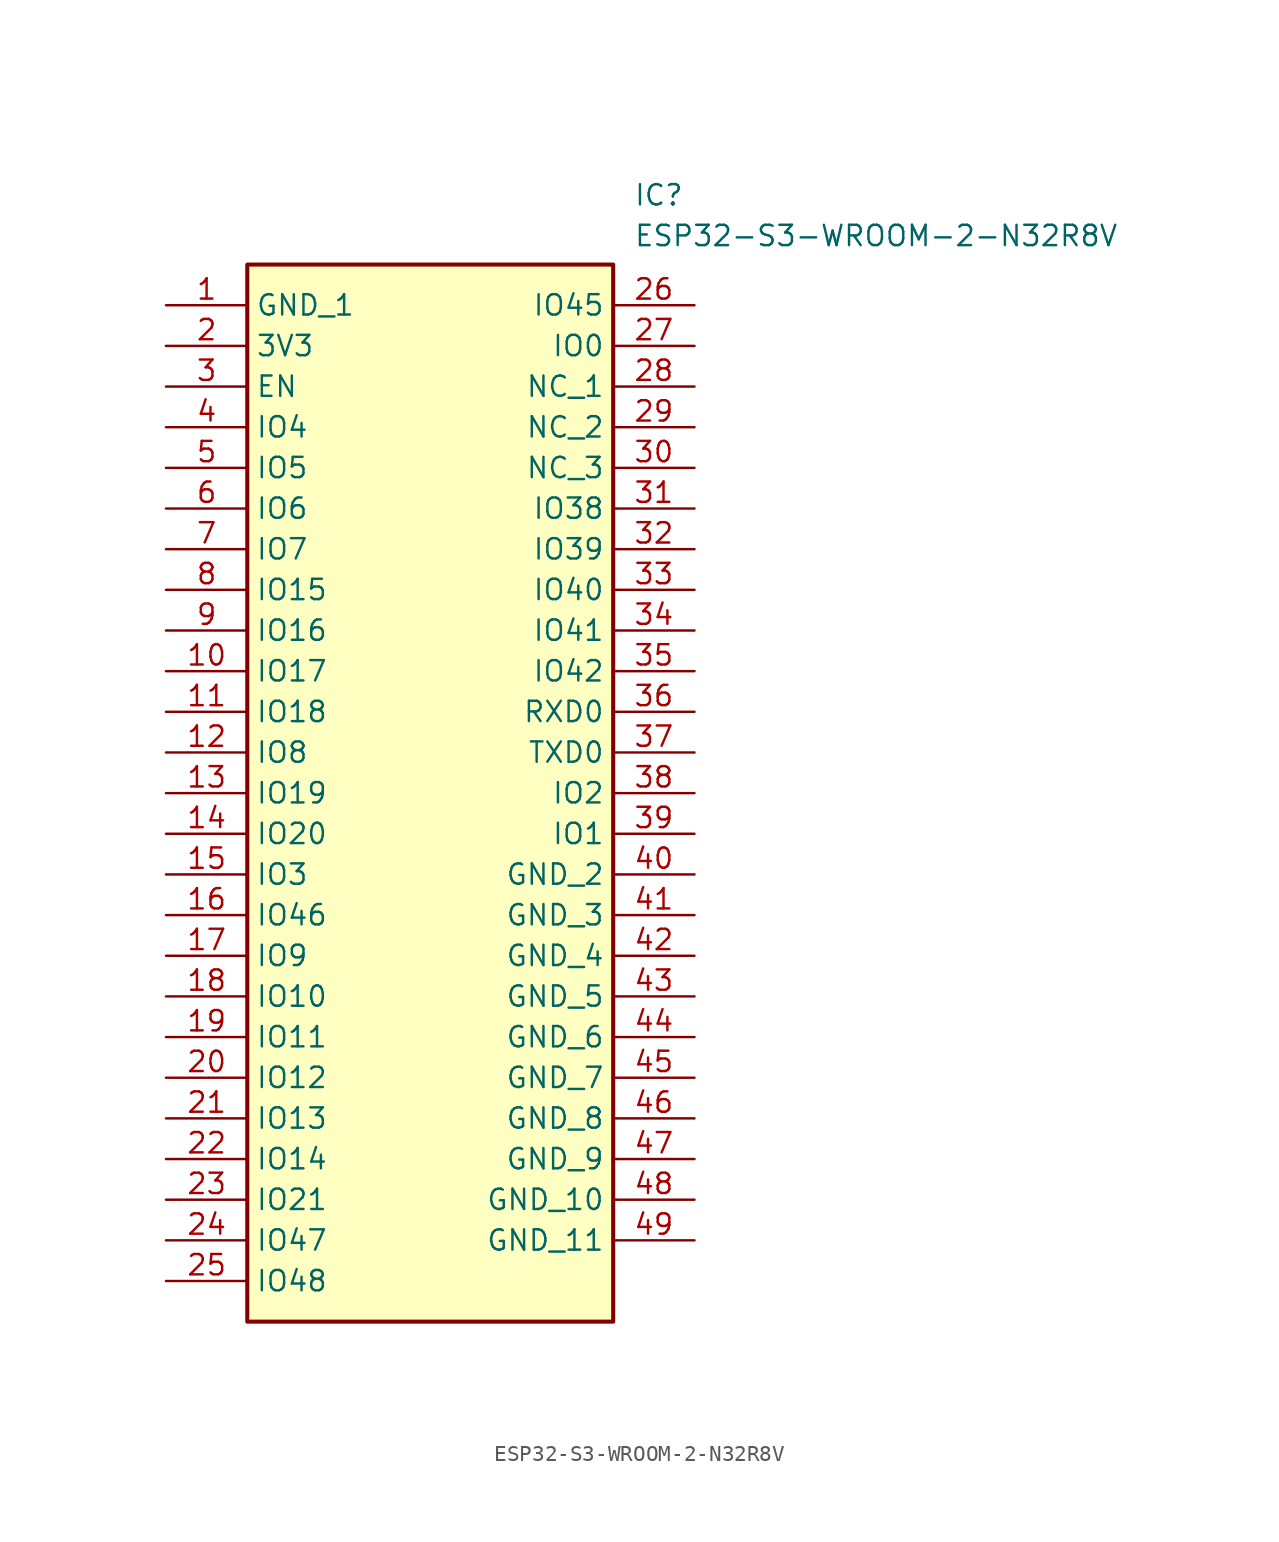
<source format=kicad_sym>
(kicad_symbol_lib
  (version 20211014)
  (generator SamacSys_ECAD_Model)
  (symbol "ESP32-S3-WROOM-2-N32R8V"
    (property "Reference" "IC"
      (at 29.21 7.62 0)
      (effects (font (size 1.27 1.27)) (justify left top)))
    (property "Value" "ESP32-S3-WROOM-2-N32R8V"
      (at 29.21 5.08 0)
      (effects (font (size 1.27 1.27)) (justify left top)))
    (rectangle
      (start 5.08 2.54)
      (end 27.94 -63.5)
      (stroke (width 0.254) (type default))
      (fill (type background)))
    (pin passive line
      (at 0 0 0)
      (length 5.08)
      (name "GND_1" (effects (font (size 1.27 1.27))))
      (number "1" (effects (font (size 1.27 1.27)))))
    (pin passive line
      (at 0 -2.54 0)
      (length 5.08)
      (name "3V3" (effects (font (size 1.27 1.27))))
      (number "2" (effects (font (size 1.27 1.27)))))
    (pin passive line
      (at 0 -5.08 0)
      (length 5.08)
      (name "EN" (effects (font (size 1.27 1.27))))
      (number "3" (effects (font (size 1.27 1.27)))))
    (pin passive line
      (at 0 -7.62 0)
      (length 5.08)
      (name "IO4" (effects (font (size 1.27 1.27))))
      (number "4" (effects (font (size 1.27 1.27)))))
    (pin passive line
      (at 0 -10.16 0)
      (length 5.08)
      (name "IO5" (effects (font (size 1.27 1.27))))
      (number "5" (effects (font (size 1.27 1.27)))))
    (pin passive line
      (at 0 -12.7 0)
      (length 5.08)
      (name "IO6" (effects (font (size 1.27 1.27))))
      (number "6" (effects (font (size 1.27 1.27)))))
    (pin passive line
      (at 0 -15.24 0)
      (length 5.08)
      (name "IO7" (effects (font (size 1.27 1.27))))
      (number "7" (effects (font (size 1.27 1.27)))))
    (pin passive line
      (at 0 -17.78 0)
      (length 5.08)
      (name "IO15" (effects (font (size 1.27 1.27))))
      (number "8" (effects (font (size 1.27 1.27)))))
    (pin passive line
      (at 0 -20.32 0)
      (length 5.08)
      (name "IO16" (effects (font (size 1.27 1.27))))
      (number "9" (effects (font (size 1.27 1.27)))))
    (pin passive line
      (at 0 -22.86 0)
      (length 5.08)
      (name "IO17" (effects (font (size 1.27 1.27))))
      (number "10" (effects (font (size 1.27 1.27)))))
    (pin passive line
      (at 0 -25.4 0)
      (length 5.08)
      (name "IO18" (effects (font (size 1.27 1.27))))
      (number "11" (effects (font (size 1.27 1.27)))))
    (pin passive line
      (at 0 -27.94 0)
      (length 5.08)
      (name "IO8" (effects (font (size 1.27 1.27))))
      (number "12" (effects (font (size 1.27 1.27)))))
    (pin passive line
      (at 0 -30.48 0)
      (length 5.08)
      (name "IO19" (effects (font (size 1.27 1.27))))
      (number "13" (effects (font (size 1.27 1.27)))))
    (pin passive line
      (at 0 -33.02 0)
      (length 5.08)
      (name "IO20" (effects (font (size 1.27 1.27))))
      (number "14" (effects (font (size 1.27 1.27)))))
    (pin passive line
      (at 0 -35.56 0)
      (length 5.08)
      (name "IO3" (effects (font (size 1.27 1.27))))
      (number "15" (effects (font (size 1.27 1.27)))))
    (pin passive line
      (at 0 -38.1 0)
      (length 5.08)
      (name "IO46" (effects (font (size 1.27 1.27))))
      (number "16" (effects (font (size 1.27 1.27)))))
    (pin passive line
      (at 0 -40.64 0)
      (length 5.08)
      (name "IO9" (effects (font (size 1.27 1.27))))
      (number "17" (effects (font (size 1.27 1.27)))))
    (pin passive line
      (at 0 -43.18 0)
      (length 5.08)
      (name "IO10" (effects (font (size 1.27 1.27))))
      (number "18" (effects (font (size 1.27 1.27)))))
    (pin passive line
      (at 0 -45.72 0)
      (length 5.08)
      (name "IO11" (effects (font (size 1.27 1.27))))
      (number "19" (effects (font (size 1.27 1.27)))))
    (pin passive line
      (at 0 -48.26 0)
      (length 5.08)
      (name "IO12" (effects (font (size 1.27 1.27))))
      (number "20" (effects (font (size 1.27 1.27)))))
    (pin passive line
      (at 0 -50.8 0)
      (length 5.08)
      (name "IO13" (effects (font (size 1.27 1.27))))
      (number "21" (effects (font (size 1.27 1.27)))))
    (pin passive line
      (at 0 -53.34 0)
      (length 5.08)
      (name "IO14" (effects (font (size 1.27 1.27))))
      (number "22" (effects (font (size 1.27 1.27)))))
    (pin passive line
      (at 0 -55.88 0)
      (length 5.08)
      (name "IO21" (effects (font (size 1.27 1.27))))
      (number "23" (effects (font (size 1.27 1.27)))))
    (pin passive line
      (at 0 -58.42 0)
      (length 5.08)
      (name "IO47" (effects (font (size 1.27 1.27))))
      (number "24" (effects (font (size 1.27 1.27)))))
    (pin passive line
      (at 0 -60.96 0)
      (length 5.08)
      (name "IO48" (effects (font (size 1.27 1.27))))
      (number "25" (effects (font (size 1.27 1.27)))))
    (pin passive line
      (at 33.02 0 180)
      (length 5.08)
      (name "IO45" (effects (font (size 1.27 1.27))))
      (number "26" (effects (font (size 1.27 1.27)))))
    (pin passive line
      (at 33.02 -2.54 180)
      (length 5.08)
      (name "IO0" (effects (font (size 1.27 1.27))))
      (number "27" (effects (font (size 1.27 1.27)))))
    (pin passive line
      (at 33.02 -5.08 180)
      (length 5.08)
      (name "NC_1" (effects (font (size 1.27 1.27))))
      (number "28" (effects (font (size 1.27 1.27)))))
    (pin passive line
      (at 33.02 -7.62 180)
      (length 5.08)
      (name "NC_2" (effects (font (size 1.27 1.27))))
      (number "29" (effects (font (size 1.27 1.27)))))
    (pin passive line
      (at 33.02 -10.16 180)
      (length 5.08)
      (name "NC_3" (effects (font (size 1.27 1.27))))
      (number "30" (effects (font (size 1.27 1.27)))))
    (pin passive line
      (at 33.02 -12.7 180)
      (length 5.08)
      (name "IO38" (effects (font (size 1.27 1.27))))
      (number "31" (effects (font (size 1.27 1.27)))))
    (pin passive line
      (at 33.02 -15.24 180)
      (length 5.08)
      (name "IO39" (effects (font (size 1.27 1.27))))
      (number "32" (effects (font (size 1.27 1.27)))))
    (pin passive line
      (at 33.02 -17.78 180)
      (length 5.08)
      (name "IO40" (effects (font (size 1.27 1.27))))
      (number "33" (effects (font (size 1.27 1.27)))))
    (pin passive line
      (at 33.02 -20.32 180)
      (length 5.08)
      (name "IO41" (effects (font (size 1.27 1.27))))
      (number "34" (effects (font (size 1.27 1.27)))))
    (pin passive line
      (at 33.02 -22.86 180)
      (length 5.08)
      (name "IO42" (effects (font (size 1.27 1.27))))
      (number "35" (effects (font (size 1.27 1.27)))))
    (pin passive line
      (at 33.02 -25.4 180)
      (length 5.08)
      (name "RXD0" (effects (font (size 1.27 1.27))))
      (number "36" (effects (font (size 1.27 1.27)))))
    (pin passive line
      (at 33.02 -27.94 180)
      (length 5.08)
      (name "TXD0" (effects (font (size 1.27 1.27))))
      (number "37" (effects (font (size 1.27 1.27)))))
    (pin passive line
      (at 33.02 -30.48 180)
      (length 5.08)
      (name "IO2" (effects (font (size 1.27 1.27))))
      (number "38" (effects (font (size 1.27 1.27)))))
    (pin passive line
      (at 33.02 -33.02 180)
      (length 5.08)
      (name "IO1" (effects (font (size 1.27 1.27))))
      (number "39" (effects (font (size 1.27 1.27)))))
    (pin passive line
      (at 33.02 -35.56 180)
      (length 5.08)
      (name "GND_2" (effects (font (size 1.27 1.27))))
      (number "40" (effects (font (size 1.27 1.27)))))
    (pin passive line
      (at 33.02 -38.1 180)
      (length 5.08)
      (name "GND_3" (effects (font (size 1.27 1.27))))
      (number "41" (effects (font (size 1.27 1.27)))))
    (pin passive line
      (at 33.02 -40.64 180)
      (length 5.08)
      (name "GND_4" (effects (font (size 1.27 1.27))))
      (number "42" (effects (font (size 1.27 1.27)))))
    (pin passive line
      (at 33.02 -43.18 180)
      (length 5.08)
      (name "GND_5" (effects (font (size 1.27 1.27))))
      (number "43" (effects (font (size 1.27 1.27)))))
    (pin passive line
      (at 33.02 -45.72 180)
      (length 5.08)
      (name "GND_6" (effects (font (size 1.27 1.27))))
      (number "44" (effects (font (size 1.27 1.27)))))
    (pin passive line
      (at 33.02 -48.26 180)
      (length 5.08)
      (name "GND_7" (effects (font (size 1.27 1.27))))
      (number "45" (effects (font (size 1.27 1.27)))))
    (pin passive line
      (at 33.02 -50.8 180)
      (length 5.08)
      (name "GND_8" (effects (font (size 1.27 1.27))))
      (number "46" (effects (font (size 1.27 1.27)))))
    (pin passive line
      (at 33.02 -53.34 180)
      (length 5.08)
      (name "GND_9" (effects (font (size 1.27 1.27))))
      (number "47" (effects (font (size 1.27 1.27)))))
    (pin passive line
      (at 33.02 -55.88 180)
      (length 5.08)
      (name "GND_10" (effects (font (size 1.27 1.27))))
      (number "48" (effects (font (size 1.27 1.27)))))
    (pin passive line
      (at 33.02 -58.42 180)
      (length 5.08)
      (name "GND_11" (effects (font (size 1.27 1.27))))
      (number "49" (effects (font (size 1.27 1.27)))))))
</source>
